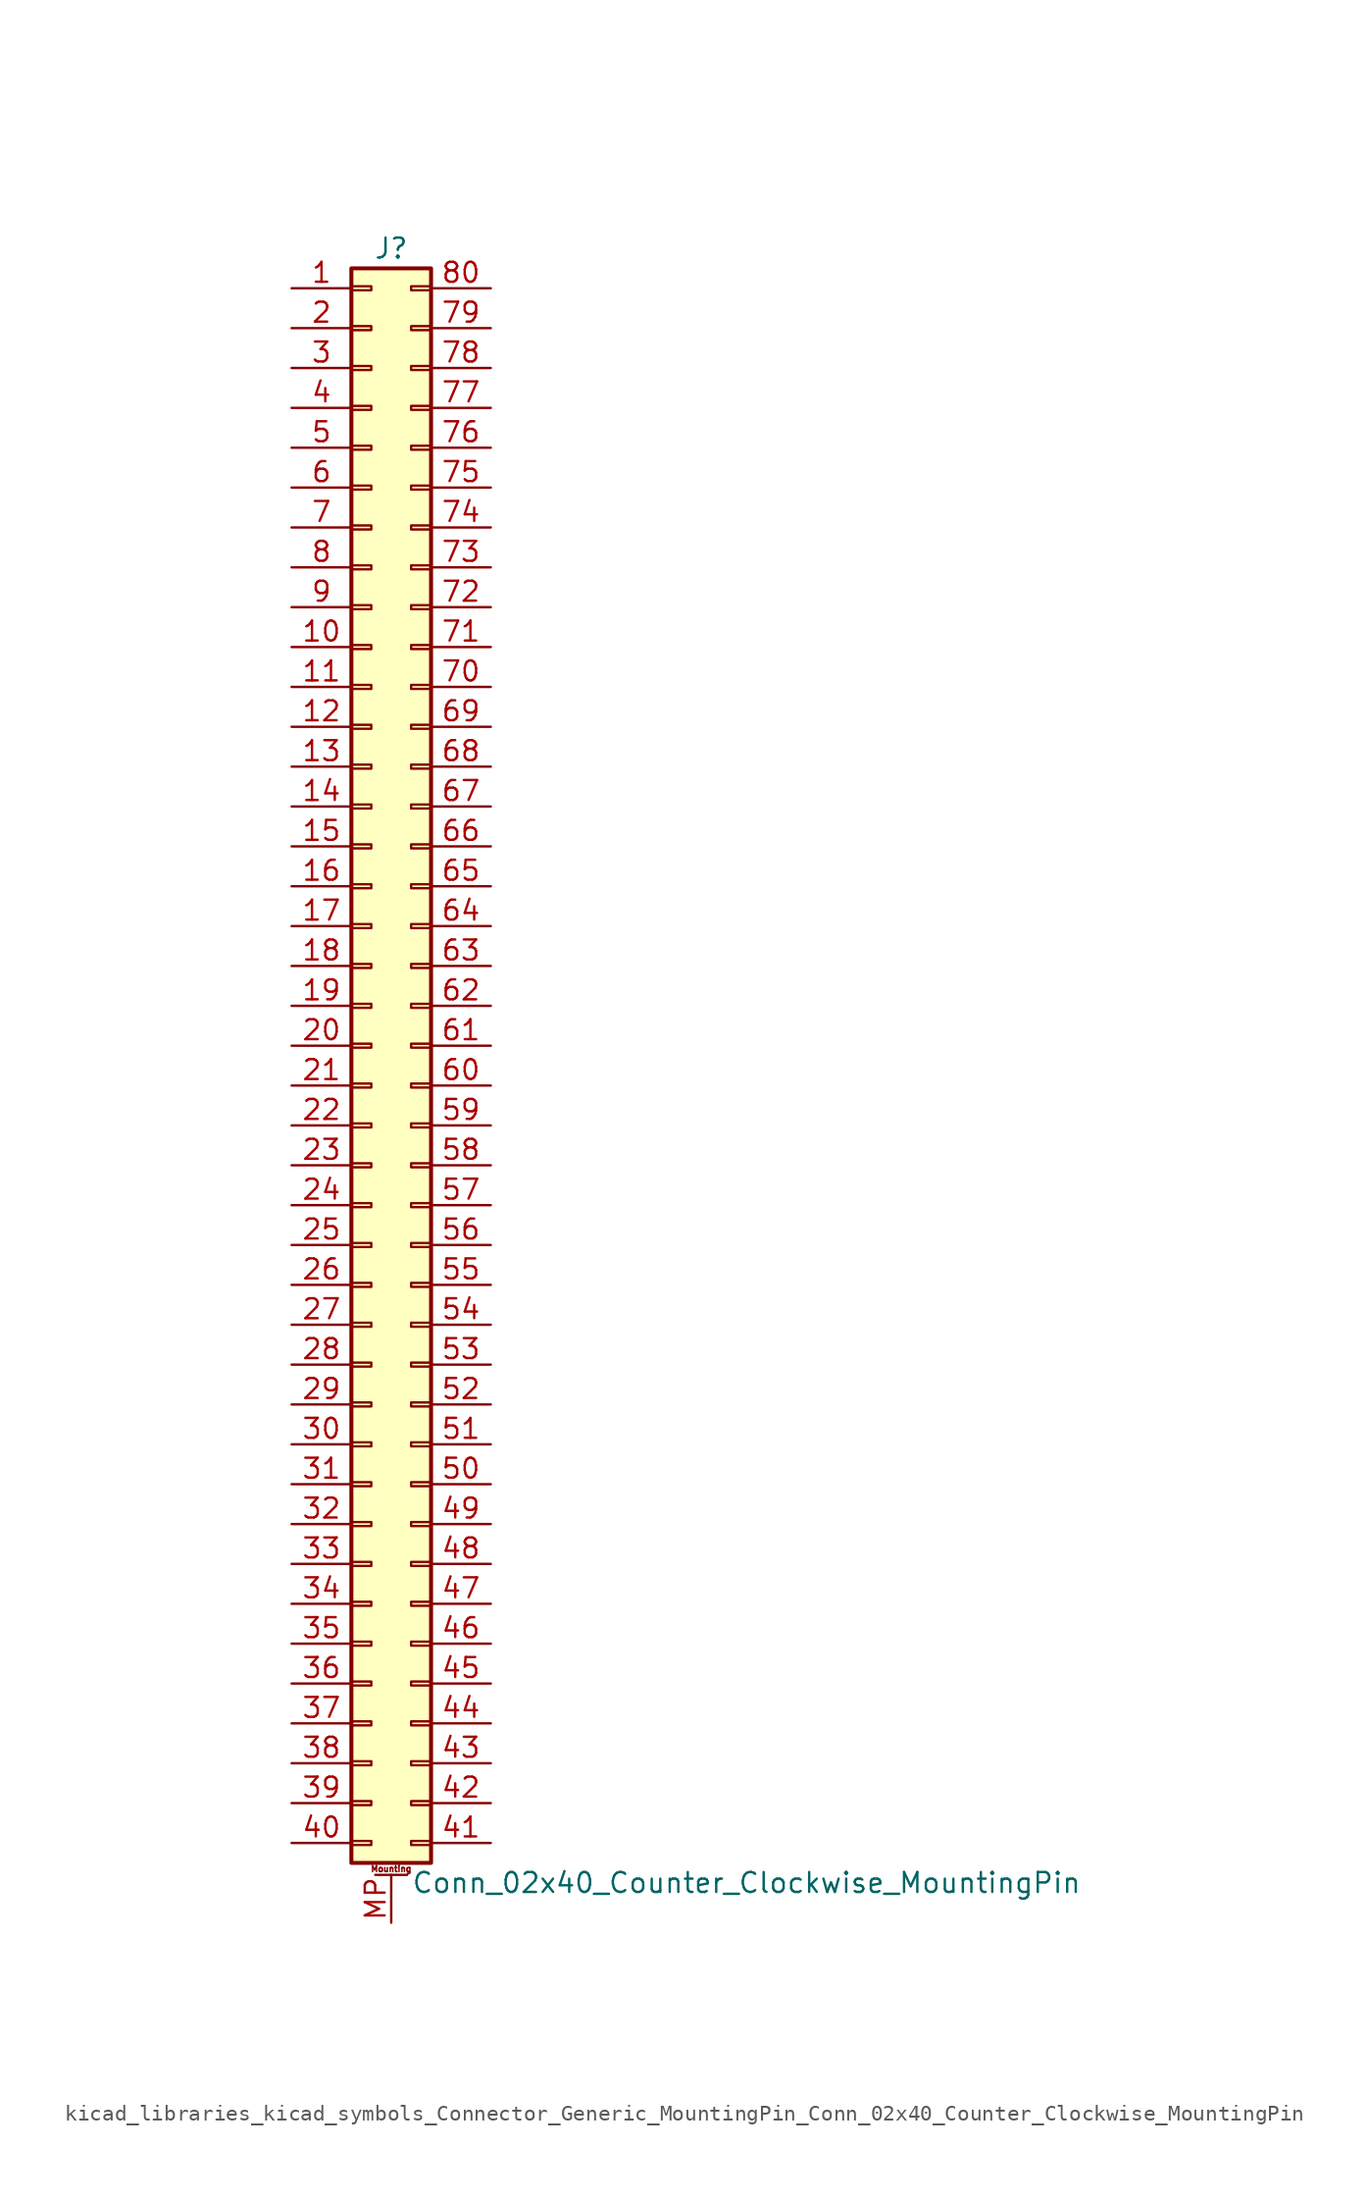
<source format=kicad_sym>
(kicad_symbol_lib
  (version 20220914)
  (generator kicad_symbol_editor)
  (symbol "kicad_libraries_kicad_symbols_Connector_Generic_MountingPin_Conn_02x40_Counter_Clockwise_MountingPin"
    (pin_names
      (offset 1.016) hide)
    (property "Reference" "J"
      (at 1.27 50.8 0)
      (effects (font (size 1.27 1.27))))
    (property "Value" "Conn_02x40_Counter_Clockwise_MountingPin"
      (at 2.54 -53.34 0)
      (effects (font (size 1.27 1.27)) (justify left)))
    (symbol "kicad_libraries_kicad_symbols_Connector_Generic_MountingPin_Conn_02x40_Counter_Clockwise_MountingPin_1_1"
      (rectangle (start -1.27 -50.673) (end 0 -50.927) (stroke (width 0.152) (type default)) (fill (type none)))
      (rectangle (start -1.27 -48.133) (end 0 -48.387) (stroke (width 0.152) (type default)) (fill (type none)))
      (rectangle (start -1.27 -45.593) (end 0 -45.847) (stroke (width 0.152) (type default)) (fill (type none)))
      (rectangle (start -1.27 -43.053) (end 0 -43.307) (stroke (width 0.152) (type default)) (fill (type none)))
      (rectangle (start -1.27 -40.513) (end 0 -40.767) (stroke (width 0.152) (type default)) (fill (type none)))
      (rectangle (start -1.27 -37.973) (end 0 -38.227) (stroke (width 0.152) (type default)) (fill (type none)))
      (rectangle (start -1.27 -35.433) (end 0 -35.687) (stroke (width 0.152) (type default)) (fill (type none)))
      (rectangle (start -1.27 -32.893) (end 0 -33.147) (stroke (width 0.152) (type default)) (fill (type none)))
      (rectangle (start -1.27 -30.353) (end 0 -30.607) (stroke (width 0.152) (type default)) (fill (type none)))
      (rectangle (start -1.27 -27.813) (end 0 -28.067) (stroke (width 0.152) (type default)) (fill (type none)))
      (rectangle (start -1.27 -25.273) (end 0 -25.527) (stroke (width 0.152) (type default)) (fill (type none)))
      (rectangle (start -1.27 -22.733) (end 0 -22.987) (stroke (width 0.152) (type default)) (fill (type none)))
      (rectangle (start -1.27 -20.193) (end 0 -20.447) (stroke (width 0.152) (type default)) (fill (type none)))
      (rectangle (start -1.27 -17.653) (end 0 -17.907) (stroke (width 0.152) (type default)) (fill (type none)))
      (rectangle (start -1.27 -15.113) (end 0 -15.367) (stroke (width 0.152) (type default)) (fill (type none)))
      (rectangle (start -1.27 -12.573) (end 0 -12.827) (stroke (width 0.152) (type default)) (fill (type none)))
      (rectangle (start -1.27 -10.033) (end 0 -10.287) (stroke (width 0.152) (type default)) (fill (type none)))
      (rectangle (start -1.27 -7.493) (end 0 -7.747) (stroke (width 0.152) (type default)) (fill (type none)))
      (rectangle (start -1.27 -4.953) (end 0 -5.207) (stroke (width 0.152) (type default)) (fill (type none)))
      (rectangle (start -1.27 -2.413) (end 0 -2.667) (stroke (width 0.152) (type default)) (fill (type none)))
      (rectangle (start -1.27 0.127) (end 0 -0.127) (stroke (width 0.152) (type default)) (fill (type none)))
      (rectangle (start -1.27 2.667) (end 0 2.413) (stroke (width 0.152) (type default)) (fill (type none)))
      (rectangle (start -1.27 5.207) (end 0 4.953) (stroke (width 0.152) (type default)) (fill (type none)))
      (rectangle (start -1.27 7.747) (end 0 7.493) (stroke (width 0.152) (type default)) (fill (type none)))
      (rectangle (start -1.27 10.287) (end 0 10.033) (stroke (width 0.152) (type default)) (fill (type none)))
      (rectangle (start -1.27 12.827) (end 0 12.573) (stroke (width 0.152) (type default)) (fill (type none)))
      (rectangle (start -1.27 15.367) (end 0 15.113) (stroke (width 0.152) (type default)) (fill (type none)))
      (rectangle (start -1.27 17.907) (end 0 17.653) (stroke (width 0.152) (type default)) (fill (type none)))
      (rectangle (start -1.27 20.447) (end 0 20.193) (stroke (width 0.152) (type default)) (fill (type none)))
      (rectangle (start -1.27 22.987) (end 0 22.733) (stroke (width 0.152) (type default)) (fill (type none)))
      (rectangle (start -1.27 25.527) (end 0 25.273) (stroke (width 0.152) (type default)) (fill (type none)))
      (rectangle (start -1.27 28.067) (end 0 27.813) (stroke (width 0.152) (type default)) (fill (type none)))
      (rectangle (start -1.27 30.607) (end 0 30.353) (stroke (width 0.152) (type default)) (fill (type none)))
      (rectangle (start -1.27 33.147) (end 0 32.893) (stroke (width 0.152) (type default)) (fill (type none)))
      (rectangle (start -1.27 35.687) (end 0 35.433) (stroke (width 0.152) (type default)) (fill (type none)))
      (rectangle (start -1.27 38.227) (end 0 37.973) (stroke (width 0.152) (type default)) (fill (type none)))
      (rectangle (start -1.27 40.767) (end 0 40.513) (stroke (width 0.152) (type default)) (fill (type none)))
      (rectangle (start -1.27 43.307) (end 0 43.053) (stroke (width 0.152) (type default)) (fill (type none)))
      (rectangle (start -1.27 45.847) (end 0 45.593) (stroke (width 0.152) (type default)) (fill (type none)))
      (rectangle (start -1.27 48.387) (end 0 48.133) (stroke (width 0.152) (type default)) (fill (type none)))
      (rectangle (start -1.27 49.53) (end 3.81 -52.07) (stroke (width 0.254) (type default)) (fill (type background)))
      (polyline (pts (xy 0.254 -52.832) (xy 2.286 -52.832)) (stroke (width 0.152) (type default)) (fill (type none)))
      (rectangle (start 3.81 -50.673) (end 2.54 -50.927) (stroke (width 0.152) (type default)) (fill (type none)))
      (rectangle (start 3.81 -48.133) (end 2.54 -48.387) (stroke (width 0.152) (type default)) (fill (type none)))
      (rectangle (start 3.81 -45.593) (end 2.54 -45.847) (stroke (width 0.152) (type default)) (fill (type none)))
      (rectangle (start 3.81 -43.053) (end 2.54 -43.307) (stroke (width 0.152) (type default)) (fill (type none)))
      (rectangle (start 3.81 -40.513) (end 2.54 -40.767) (stroke (width 0.152) (type default)) (fill (type none)))
      (rectangle (start 3.81 -37.973) (end 2.54 -38.227) (stroke (width 0.152) (type default)) (fill (type none)))
      (rectangle (start 3.81 -35.433) (end 2.54 -35.687) (stroke (width 0.152) (type default)) (fill (type none)))
      (rectangle (start 3.81 -32.893) (end 2.54 -33.147) (stroke (width 0.152) (type default)) (fill (type none)))
      (rectangle (start 3.81 -30.353) (end 2.54 -30.607) (stroke (width 0.152) (type default)) (fill (type none)))
      (rectangle (start 3.81 -27.813) (end 2.54 -28.067) (stroke (width 0.152) (type default)) (fill (type none)))
      (rectangle (start 3.81 -25.273) (end 2.54 -25.527) (stroke (width 0.152) (type default)) (fill (type none)))
      (rectangle (start 3.81 -22.733) (end 2.54 -22.987) (stroke (width 0.152) (type default)) (fill (type none)))
      (rectangle (start 3.81 -20.193) (end 2.54 -20.447) (stroke (width 0.152) (type default)) (fill (type none)))
      (rectangle (start 3.81 -17.653) (end 2.54 -17.907) (stroke (width 0.152) (type default)) (fill (type none)))
      (rectangle (start 3.81 -15.113) (end 2.54 -15.367) (stroke (width 0.152) (type default)) (fill (type none)))
      (rectangle (start 3.81 -12.573) (end 2.54 -12.827) (stroke (width 0.152) (type default)) (fill (type none)))
      (rectangle (start 3.81 -10.033) (end 2.54 -10.287) (stroke (width 0.152) (type default)) (fill (type none)))
      (rectangle (start 3.81 -7.493) (end 2.54 -7.747) (stroke (width 0.152) (type default)) (fill (type none)))
      (rectangle (start 3.81 -4.953) (end 2.54 -5.207) (stroke (width 0.152) (type default)) (fill (type none)))
      (rectangle (start 3.81 -2.413) (end 2.54 -2.667) (stroke (width 0.152) (type default)) (fill (type none)))
      (rectangle (start 3.81 0.127) (end 2.54 -0.127) (stroke (width 0.152) (type default)) (fill (type none)))
      (rectangle (start 3.81 2.667) (end 2.54 2.413) (stroke (width 0.152) (type default)) (fill (type none)))
      (rectangle (start 3.81 5.207) (end 2.54 4.953) (stroke (width 0.152) (type default)) (fill (type none)))
      (rectangle (start 3.81 7.747) (end 2.54 7.493) (stroke (width 0.152) (type default)) (fill (type none)))
      (rectangle (start 3.81 10.287) (end 2.54 10.033) (stroke (width 0.152) (type default)) (fill (type none)))
      (rectangle (start 3.81 12.827) (end 2.54 12.573) (stroke (width 0.152) (type default)) (fill (type none)))
      (rectangle (start 3.81 15.367) (end 2.54 15.113) (stroke (width 0.152) (type default)) (fill (type none)))
      (rectangle (start 3.81 17.907) (end 2.54 17.653) (stroke (width 0.152) (type default)) (fill (type none)))
      (rectangle (start 3.81 20.447) (end 2.54 20.193) (stroke (width 0.152) (type default)) (fill (type none)))
      (rectangle (start 3.81 22.987) (end 2.54 22.733) (stroke (width 0.152) (type default)) (fill (type none)))
      (rectangle (start 3.81 25.527) (end 2.54 25.273) (stroke (width 0.152) (type default)) (fill (type none)))
      (rectangle (start 3.81 28.067) (end 2.54 27.813) (stroke (width 0.152) (type default)) (fill (type none)))
      (rectangle (start 3.81 30.607) (end 2.54 30.353) (stroke (width 0.152) (type default)) (fill (type none)))
      (rectangle (start 3.81 33.147) (end 2.54 32.893) (stroke (width 0.152) (type default)) (fill (type none)))
      (rectangle (start 3.81 35.687) (end 2.54 35.433) (stroke (width 0.152) (type default)) (fill (type none)))
      (rectangle (start 3.81 38.227) (end 2.54 37.973) (stroke (width 0.152) (type default)) (fill (type none)))
      (rectangle (start 3.81 40.767) (end 2.54 40.513) (stroke (width 0.152) (type default)) (fill (type none)))
      (rectangle (start 3.81 43.307) (end 2.54 43.053) (stroke (width 0.152) (type default)) (fill (type none)))
      (rectangle (start 3.81 45.847) (end 2.54 45.593) (stroke (width 0.152) (type default)) (fill (type none)))
      (rectangle (start 3.81 48.387) (end 2.54 48.133) (stroke (width 0.152) (type default)) (fill (type none)))
      (text "Mounting" (at 1.27 -52.451 0) (effects (font (size 0.381 0.381))))
      (pin passive line (at -5.08 48.26 0) (length 3.81) (name "Pin_1" (effects (font (size 1.27 1.27)))) (number "1" (effects (font (size 1.27 1.27)))))
      (pin passive line (at -5.08 25.4 0) (length 3.81) (name "Pin_10" (effects (font (size 1.27 1.27)))) (number "10" (effects (font (size 1.27 1.27)))))
      (pin passive line (at -5.08 22.86 0) (length 3.81) (name "Pin_11" (effects (font (size 1.27 1.27)))) (number "11" (effects (font (size 1.27 1.27)))))
      (pin passive line (at -5.08 20.32 0) (length 3.81) (name "Pin_12" (effects (font (size 1.27 1.27)))) (number "12" (effects (font (size 1.27 1.27)))))
      (pin passive line (at -5.08 17.78 0) (length 3.81) (name "Pin_13" (effects (font (size 1.27 1.27)))) (number "13" (effects (font (size 1.27 1.27)))))
      (pin passive line (at -5.08 15.24 0) (length 3.81) (name "Pin_14" (effects (font (size 1.27 1.27)))) (number "14" (effects (font (size 1.27 1.27)))))
      (pin passive line (at -5.08 12.7 0) (length 3.81) (name "Pin_15" (effects (font (size 1.27 1.27)))) (number "15" (effects (font (size 1.27 1.27)))))
      (pin passive line (at -5.08 10.16 0) (length 3.81) (name "Pin_16" (effects (font (size 1.27 1.27)))) (number "16" (effects (font (size 1.27 1.27)))))
      (pin passive line (at -5.08 7.62 0) (length 3.81) (name "Pin_17" (effects (font (size 1.27 1.27)))) (number "17" (effects (font (size 1.27 1.27)))))
      (pin passive line (at -5.08 5.08 0) (length 3.81) (name "Pin_18" (effects (font (size 1.27 1.27)))) (number "18" (effects (font (size 1.27 1.27)))))
      (pin passive line (at -5.08 2.54 0) (length 3.81) (name "Pin_19" (effects (font (size 1.27 1.27)))) (number "19" (effects (font (size 1.27 1.27)))))
      (pin passive line (at -5.08 45.72 0) (length 3.81) (name "Pin_2" (effects (font (size 1.27 1.27)))) (number "2" (effects (font (size 1.27 1.27)))))
      (pin passive line (at -5.08 0 0) (length 3.81) (name "Pin_20" (effects (font (size 1.27 1.27)))) (number "20" (effects (font (size 1.27 1.27)))))
      (pin passive line (at -5.08 -2.54 0) (length 3.81) (name "Pin_21" (effects (font (size 1.27 1.27)))) (number "21" (effects (font (size 1.27 1.27)))))
      (pin passive line (at -5.08 -5.08 0) (length 3.81) (name "Pin_22" (effects (font (size 1.27 1.27)))) (number "22" (effects (font (size 1.27 1.27)))))
      (pin passive line (at -5.08 -7.62 0) (length 3.81) (name "Pin_23" (effects (font (size 1.27 1.27)))) (number "23" (effects (font (size 1.27 1.27)))))
      (pin passive line (at -5.08 -10.16 0) (length 3.81) (name "Pin_24" (effects (font (size 1.27 1.27)))) (number "24" (effects (font (size 1.27 1.27)))))
      (pin passive line (at -5.08 -12.7 0) (length 3.81) (name "Pin_25" (effects (font (size 1.27 1.27)))) (number "25" (effects (font (size 1.27 1.27)))))
      (pin passive line (at -5.08 -15.24 0) (length 3.81) (name "Pin_26" (effects (font (size 1.27 1.27)))) (number "26" (effects (font (size 1.27 1.27)))))
      (pin passive line (at -5.08 -17.78 0) (length 3.81) (name "Pin_27" (effects (font (size 1.27 1.27)))) (number "27" (effects (font (size 1.27 1.27)))))
      (pin passive line (at -5.08 -20.32 0) (length 3.81) (name "Pin_28" (effects (font (size 1.27 1.27)))) (number "28" (effects (font (size 1.27 1.27)))))
      (pin passive line (at -5.08 -22.86 0) (length 3.81) (name "Pin_29" (effects (font (size 1.27 1.27)))) (number "29" (effects (font (size 1.27 1.27)))))
      (pin passive line (at -5.08 43.18 0) (length 3.81) (name "Pin_3" (effects (font (size 1.27 1.27)))) (number "3" (effects (font (size 1.27 1.27)))))
      (pin passive line (at -5.08 -25.4 0) (length 3.81) (name "Pin_30" (effects (font (size 1.27 1.27)))) (number "30" (effects (font (size 1.27 1.27)))))
      (pin passive line (at -5.08 -27.94 0) (length 3.81) (name "Pin_31" (effects (font (size 1.27 1.27)))) (number "31" (effects (font (size 1.27 1.27)))))
      (pin passive line (at -5.08 -30.48 0) (length 3.81) (name "Pin_32" (effects (font (size 1.27 1.27)))) (number "32" (effects (font (size 1.27 1.27)))))
      (pin passive line (at -5.08 -33.02 0) (length 3.81) (name "Pin_33" (effects (font (size 1.27 1.27)))) (number "33" (effects (font (size 1.27 1.27)))))
      (pin passive line (at -5.08 -35.56 0) (length 3.81) (name "Pin_34" (effects (font (size 1.27 1.27)))) (number "34" (effects (font (size 1.27 1.27)))))
      (pin passive line (at -5.08 -38.1 0) (length 3.81) (name "Pin_35" (effects (font (size 1.27 1.27)))) (number "35" (effects (font (size 1.27 1.27)))))
      (pin passive line (at -5.08 -40.64 0) (length 3.81) (name "Pin_36" (effects (font (size 1.27 1.27)))) (number "36" (effects (font (size 1.27 1.27)))))
      (pin passive line (at -5.08 -43.18 0) (length 3.81) (name "Pin_37" (effects (font (size 1.27 1.27)))) (number "37" (effects (font (size 1.27 1.27)))))
      (pin passive line (at -5.08 -45.72 0) (length 3.81) (name "Pin_38" (effects (font (size 1.27 1.27)))) (number "38" (effects (font (size 1.27 1.27)))))
      (pin passive line (at -5.08 -48.26 0) (length 3.81) (name "Pin_39" (effects (font (size 1.27 1.27)))) (number "39" (effects (font (size 1.27 1.27)))))
      (pin passive line (at -5.08 40.64 0) (length 3.81) (name "Pin_4" (effects (font (size 1.27 1.27)))) (number "4" (effects (font (size 1.27 1.27)))))
      (pin passive line (at -5.08 -50.8 0) (length 3.81) (name "Pin_40" (effects (font (size 1.27 1.27)))) (number "40" (effects (font (size 1.27 1.27)))))
      (pin passive line (at 7.62 -50.8 180) (length 3.81) (name "Pin_41" (effects (font (size 1.27 1.27)))) (number "41" (effects (font (size 1.27 1.27)))))
      (pin passive line (at 7.62 -48.26 180) (length 3.81) (name "Pin_42" (effects (font (size 1.27 1.27)))) (number "42" (effects (font (size 1.27 1.27)))))
      (pin passive line (at 7.62 -45.72 180) (length 3.81) (name "Pin_43" (effects (font (size 1.27 1.27)))) (number "43" (effects (font (size 1.27 1.27)))))
      (pin passive line (at 7.62 -43.18 180) (length 3.81) (name "Pin_44" (effects (font (size 1.27 1.27)))) (number "44" (effects (font (size 1.27 1.27)))))
      (pin passive line (at 7.62 -40.64 180) (length 3.81) (name "Pin_45" (effects (font (size 1.27 1.27)))) (number "45" (effects (font (size 1.27 1.27)))))
      (pin passive line (at 7.62 -38.1 180) (length 3.81) (name "Pin_46" (effects (font (size 1.27 1.27)))) (number "46" (effects (font (size 1.27 1.27)))))
      (pin passive line (at 7.62 -35.56 180) (length 3.81) (name "Pin_47" (effects (font (size 1.27 1.27)))) (number "47" (effects (font (size 1.27 1.27)))))
      (pin passive line (at 7.62 -33.02 180) (length 3.81) (name "Pin_48" (effects (font (size 1.27 1.27)))) (number "48" (effects (font (size 1.27 1.27)))))
      (pin passive line (at 7.62 -30.48 180) (length 3.81) (name "Pin_49" (effects (font (size 1.27 1.27)))) (number "49" (effects (font (size 1.27 1.27)))))
      (pin passive line (at -5.08 38.1 0) (length 3.81) (name "Pin_5" (effects (font (size 1.27 1.27)))) (number "5" (effects (font (size 1.27 1.27)))))
      (pin passive line (at 7.62 -27.94 180) (length 3.81) (name "Pin_50" (effects (font (size 1.27 1.27)))) (number "50" (effects (font (size 1.27 1.27)))))
      (pin passive line (at 7.62 -25.4 180) (length 3.81) (name "Pin_51" (effects (font (size 1.27 1.27)))) (number "51" (effects (font (size 1.27 1.27)))))
      (pin passive line (at 7.62 -22.86 180) (length 3.81) (name "Pin_52" (effects (font (size 1.27 1.27)))) (number "52" (effects (font (size 1.27 1.27)))))
      (pin passive line (at 7.62 -20.32 180) (length 3.81) (name "Pin_53" (effects (font (size 1.27 1.27)))) (number "53" (effects (font (size 1.27 1.27)))))
      (pin passive line (at 7.62 -17.78 180) (length 3.81) (name "Pin_54" (effects (font (size 1.27 1.27)))) (number "54" (effects (font (size 1.27 1.27)))))
      (pin passive line (at 7.62 -15.24 180) (length 3.81) (name "Pin_55" (effects (font (size 1.27 1.27)))) (number "55" (effects (font (size 1.27 1.27)))))
      (pin passive line (at 7.62 -12.7 180) (length 3.81) (name "Pin_56" (effects (font (size 1.27 1.27)))) (number "56" (effects (font (size 1.27 1.27)))))
      (pin passive line (at 7.62 -10.16 180) (length 3.81) (name "Pin_57" (effects (font (size 1.27 1.27)))) (number "57" (effects (font (size 1.27 1.27)))))
      (pin passive line (at 7.62 -7.62 180) (length 3.81) (name "Pin_58" (effects (font (size 1.27 1.27)))) (number "58" (effects (font (size 1.27 1.27)))))
      (pin passive line (at 7.62 -5.08 180) (length 3.81) (name "Pin_59" (effects (font (size 1.27 1.27)))) (number "59" (effects (font (size 1.27 1.27)))))
      (pin passive line (at -5.08 35.56 0) (length 3.81) (name "Pin_6" (effects (font (size 1.27 1.27)))) (number "6" (effects (font (size 1.27 1.27)))))
      (pin passive line (at 7.62 -2.54 180) (length 3.81) (name "Pin_60" (effects (font (size 1.27 1.27)))) (number "60" (effects (font (size 1.27 1.27)))))
      (pin passive line (at 7.62 0 180) (length 3.81) (name "Pin_61" (effects (font (size 1.27 1.27)))) (number "61" (effects (font (size 1.27 1.27)))))
      (pin passive line (at 7.62 2.54 180) (length 3.81) (name "Pin_62" (effects (font (size 1.27 1.27)))) (number "62" (effects (font (size 1.27 1.27)))))
      (pin passive line (at 7.62 5.08 180) (length 3.81) (name "Pin_63" (effects (font (size 1.27 1.27)))) (number "63" (effects (font (size 1.27 1.27)))))
      (pin passive line (at 7.62 7.62 180) (length 3.81) (name "Pin_64" (effects (font (size 1.27 1.27)))) (number "64" (effects (font (size 1.27 1.27)))))
      (pin passive line (at 7.62 10.16 180) (length 3.81) (name "Pin_65" (effects (font (size 1.27 1.27)))) (number "65" (effects (font (size 1.27 1.27)))))
      (pin passive line (at 7.62 12.7 180) (length 3.81) (name "Pin_66" (effects (font (size 1.27 1.27)))) (number "66" (effects (font (size 1.27 1.27)))))
      (pin passive line (at 7.62 15.24 180) (length 3.81) (name "Pin_67" (effects (font (size 1.27 1.27)))) (number "67" (effects (font (size 1.27 1.27)))))
      (pin passive line (at 7.62 17.78 180) (length 3.81) (name "Pin_68" (effects (font (size 1.27 1.27)))) (number "68" (effects (font (size 1.27 1.27)))))
      (pin passive line (at 7.62 20.32 180) (length 3.81) (name "Pin_69" (effects (font (size 1.27 1.27)))) (number "69" (effects (font (size 1.27 1.27)))))
      (pin passive line (at -5.08 33.02 0) (length 3.81) (name "Pin_7" (effects (font (size 1.27 1.27)))) (number "7" (effects (font (size 1.27 1.27)))))
      (pin passive line (at 7.62 22.86 180) (length 3.81) (name "Pin_70" (effects (font (size 1.27 1.27)))) (number "70" (effects (font (size 1.27 1.27)))))
      (pin passive line (at 7.62 25.4 180) (length 3.81) (name "Pin_71" (effects (font (size 1.27 1.27)))) (number "71" (effects (font (size 1.27 1.27)))))
      (pin passive line (at 7.62 27.94 180) (length 3.81) (name "Pin_72" (effects (font (size 1.27 1.27)))) (number "72" (effects (font (size 1.27 1.27)))))
      (pin passive line (at 7.62 30.48 180) (length 3.81) (name "Pin_73" (effects (font (size 1.27 1.27)))) (number "73" (effects (font (size 1.27 1.27)))))
      (pin passive line (at 7.62 33.02 180) (length 3.81) (name "Pin_74" (effects (font (size 1.27 1.27)))) (number "74" (effects (font (size 1.27 1.27)))))
      (pin passive line (at 7.62 35.56 180) (length 3.81) (name "Pin_75" (effects (font (size 1.27 1.27)))) (number "75" (effects (font (size 1.27 1.27)))))
      (pin passive line (at 7.62 38.1 180) (length 3.81) (name "Pin_76" (effects (font (size 1.27 1.27)))) (number "76" (effects (font (size 1.27 1.27)))))
      (pin passive line (at 7.62 40.64 180) (length 3.81) (name "Pin_77" (effects (font (size 1.27 1.27)))) (number "77" (effects (font (size 1.27 1.27)))))
      (pin passive line (at 7.62 43.18 180) (length 3.81) (name "Pin_78" (effects (font (size 1.27 1.27)))) (number "78" (effects (font (size 1.27 1.27)))))
      (pin passive line (at 7.62 45.72 180) (length 3.81) (name "Pin_79" (effects (font (size 1.27 1.27)))) (number "79" (effects (font (size 1.27 1.27)))))
      (pin passive line (at -5.08 30.48 0) (length 3.81) (name "Pin_8" (effects (font (size 1.27 1.27)))) (number "8" (effects (font (size 1.27 1.27)))))
      (pin passive line (at 7.62 48.26 180) (length 3.81) (name "Pin_80" (effects (font (size 1.27 1.27)))) (number "80" (effects (font (size 1.27 1.27)))))
      (pin passive line (at -5.08 27.94 0) (length 3.81) (name "Pin_9" (effects (font (size 1.27 1.27)))) (number "9" (effects (font (size 1.27 1.27)))))
      (pin passive line (at 1.27 -55.88 90) (length 3.048) (name "MountPin" (effects (font (size 1.27 1.27)))) (number "MP" (effects (font (size 1.27 1.27))))))))
</source>
